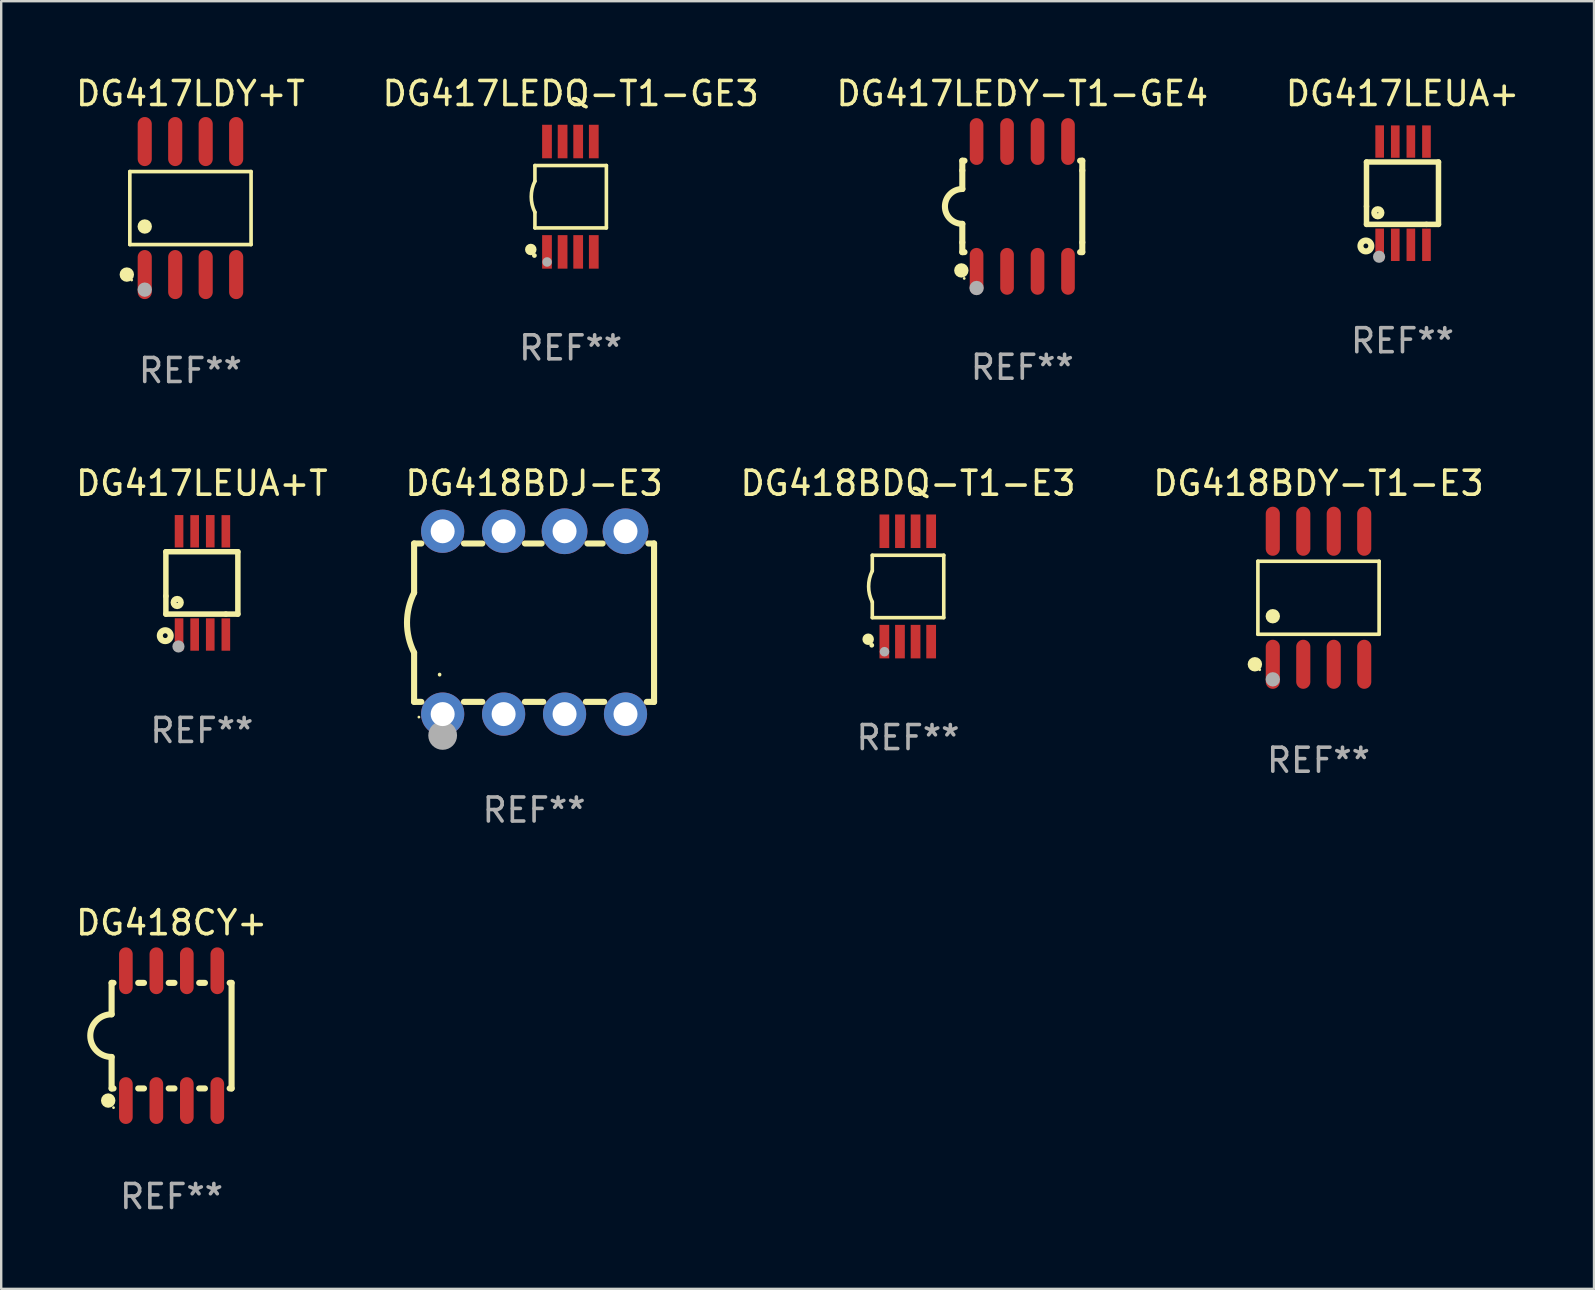
<source format=kicad_pcb>
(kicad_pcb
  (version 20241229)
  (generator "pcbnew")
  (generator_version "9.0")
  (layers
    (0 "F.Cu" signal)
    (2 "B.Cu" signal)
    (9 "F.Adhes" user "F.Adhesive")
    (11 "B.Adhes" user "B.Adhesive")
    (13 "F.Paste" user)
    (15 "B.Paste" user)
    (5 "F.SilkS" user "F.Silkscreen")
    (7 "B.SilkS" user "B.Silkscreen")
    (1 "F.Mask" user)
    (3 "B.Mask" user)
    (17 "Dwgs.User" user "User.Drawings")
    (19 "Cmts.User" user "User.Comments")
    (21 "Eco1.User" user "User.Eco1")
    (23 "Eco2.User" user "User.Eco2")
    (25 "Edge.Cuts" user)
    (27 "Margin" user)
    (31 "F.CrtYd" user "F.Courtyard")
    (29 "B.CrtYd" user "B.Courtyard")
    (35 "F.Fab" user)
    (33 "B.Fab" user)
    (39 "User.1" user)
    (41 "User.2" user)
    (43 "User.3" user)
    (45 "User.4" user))
  (footprint "DG417LEUA+"
    (layer "F.Cu")
    (at 55.399 5)
    (property "Reference" "DG417LEUA+" (at 0 -4.152 0) (layer "F.SilkS") (effects (font (size 1 1) (thickness 0.15))))
    (attr through_hole)
    (fp_line (start -1.5 1.301) (end 1 1.301) (stroke (width 0.229) (type solid)) (layer "F.SilkS"))
    (fp_line (start -1.5 -1.299) (end -1.5 0.551) (stroke (width 0.229) (type solid)) (layer "F.SilkS"))
    (fp_line (start -1.5 0.551) (end -1.5 1.301) (stroke (width 0.229) (type solid)) (layer "F.SilkS"))
    (fp_line (start 1 1.301) (end 1.5 1.301) (stroke (width 0.229) (type solid)) (layer "F.SilkS"))
    (fp_line (start 1.5 1.301) (end 1.5 -1.299) (stroke (width 0.229) (type solid)) (layer "F.SilkS"))
    (fp_line (start 1.5 -1.299) (end -1.5 -1.299) (stroke (width 0.229) (type solid)) (layer "F.SilkS"))
    (fp_circle (center -1.526 2.2) (end -1.426 2.2) (stroke (width 0.254) (type solid)) (fill no) (layer "F.SilkS"))
    (fp_circle (center -1.476 2.45) (end -1.446 2.45) (stroke (width 0.06) (type solid)) (fill no) (layer "F.SilkS"))
    (fp_circle (center -1.028 0.817) (end -0.878 0.817) (stroke (width 0.254) (type solid)) (fill no) (layer "F.SilkS"))
    (fp_circle (center -0.976 2.65) (end -0.849 2.65) (stroke (width 0.254) (type solid)) (fill no) (layer "F.Fab"))
    (fp_text user "REF**" (at 0 6.152 0) (layer "F.Fab") (effects (font (size 1 1) (thickness 0.15))))
    (pad "1" smd rect (at -0.951 2.15) (size 0.36 1.35) (layers "F.Cu" "F.Mask" "F.Paste"))
    (pad "2" smd rect (at -0.301 2.152) (size 0.36 1.35) (layers "F.Cu" "F.Mask" "F.Paste"))
    (pad "3" smd rect (at 0.349 2.151) (size 0.36 1.35) (layers "F.Cu" "F.Mask" "F.Paste"))
    (pad "4" smd rect (at 0.999 2.152) (size 0.36 1.35) (layers "F.Cu" "F.Mask" "F.Paste"))
    (pad "5" smd rect (at 0.999 -2.149) (size 0.36 1.35) (layers "F.Cu" "F.Mask" "F.Paste"))
    (pad "6" smd rect (at 0.349 -2.152) (size 0.36 1.35) (layers "F.Cu" "F.Mask" "F.Paste"))
    (pad "7" smd rect (at -0.301 -2.149) (size 0.36 1.35) (layers "F.Cu" "F.Mask" "F.Paste"))
    (pad "8" smd rect (at -0.951 -2.152) (size 0.36 1.35) (layers "F.Cu" "F.Mask" "F.Paste")))
  (footprint "DG417LDY+T"
    (layer "F.Cu")
    (at 4.887 5.621)
    (property "Reference" "DG417LDY+T" (at 0 -4.772 0) (layer "F.SilkS") (effects (font (size 1 1) (thickness 0.15))))
    (attr through_hole)
    (fp_line (start -2.526 -1.521) (end 2.526 -1.521) (stroke (width 0.152) (type solid)) (layer "F.SilkS"))
    (fp_line (start -2.526 1.521) (end -2.526 -1.521) (stroke (width 0.152) (type solid)) (layer "F.SilkS"))
    (fp_line (start 2.526 -1.521) (end 2.526 1.521) (stroke (width 0.152) (type solid)) (layer "F.SilkS"))
    (fp_line (start 2.526 1.521) (end -2.526 1.521) (stroke (width 0.152) (type solid)) (layer "F.SilkS"))
    (fp_circle (center -2.652 2.772) (end -2.501 2.772) (stroke (width 0.3) (type solid)) (fill no) (layer "F.SilkS"))
    (fp_circle (center -2.45 3) (end -2.42 3) (stroke (width 0.06) (type solid)) (fill no) (layer "F.SilkS"))
    (fp_circle (center -1.905 0.769) (end -1.755 0.769) (stroke (width 0.3) (type solid)) (fill no) (layer "F.SilkS"))
    (fp_circle (center -1.905 3.4) (end -1.755 3.4) (stroke (width 0.3) (type solid)) (fill no) (layer "F.Fab"))
    (fp_text user "REF**" (at 0 6.772 0) (layer "F.Fab") (effects (font (size 1 1) (thickness 0.15))))
    (pad "1" smd oval (at -1.905 2.772) (size 0.588 2.045) (layers "F.Cu" "F.Mask" "F.Paste"))
    (pad "2" smd oval (at -0.635 2.772) (size 0.588 2.045) (layers "F.Cu" "F.Mask" "F.Paste"))
    (pad "3" smd oval (at 0.635 2.772) (size 0.588 2.045) (layers "F.Cu" "F.Mask" "F.Paste"))
    (pad "4" smd oval (at 1.905 2.772) (size 0.588 2.045) (layers "F.Cu" "F.Mask" "F.Paste"))
    (pad "5" smd oval (at 1.905 -2.772) (size 0.588 2.045) (layers "F.Cu" "F.Mask" "F.Paste"))
    (pad "6" smd oval (at 0.635 -2.772) (size 0.588 2.045) (layers "F.Cu" "F.Mask" "F.Paste"))
    (pad "7" smd oval (at -0.635 -2.772) (size 0.588 2.045) (layers "F.Cu" "F.Mask" "F.Paste"))
    (pad "8" smd oval (at -1.905 -2.772) (size 0.588 2.045) (layers "F.Cu" "F.Mask" "F.Paste")))
  (footprint "DG418CY+"
    (layer "F.Cu")
    (at 4.101 40.111)
    (property "Reference" "DG418CY+" (at 0 -4.705 0) (layer "F.SilkS") (effects (font (size 1 1) (thickness 0.15))))
    (attr through_hole)
    (fp_line (start -2.5 -2.2) (end -2.5 -0.889) (stroke (width 0.254) (type solid)) (layer "F.SilkS"))
    (fp_line (start -2.5 2.2) (end -2.5 0.889) (stroke (width 0.254) (type solid)) (layer "F.SilkS"))
    (fp_line (start -2.42 -2.2) (end -2.5 -2.2) (stroke (width 0.254) (type solid)) (layer "F.SilkS"))
    (fp_line (start -2.42 2.2) (end -2.5 2.2) (stroke (width 0.254) (type solid)) (layer "F.SilkS"))
    (fp_line (start -1.15 -2.2) (end -1.39 -2.2) (stroke (width 0.254) (type solid)) (layer "F.SilkS"))
    (fp_line (start -1.15 2.2) (end -1.39 2.2) (stroke (width 0.254) (type solid)) (layer "F.SilkS"))
    (fp_line (start 0.12 -2.2) (end -0.12 -2.2) (stroke (width 0.254) (type solid)) (layer "F.SilkS"))
    (fp_line (start 0.12 2.2) (end -0.12 2.2) (stroke (width 0.254) (type solid)) (layer "F.SilkS"))
    (fp_line (start 1.39 -2.2) (end 1.15 -2.2) (stroke (width 0.254) (type solid)) (layer "F.SilkS"))
    (fp_line (start 1.39 2.2) (end 1.15 2.2) (stroke (width 0.254) (type solid)) (layer "F.SilkS"))
    (fp_line (start 2.5 -2.2) (end 2.42 -2.2) (stroke (width 0.254) (type solid)) (layer "F.SilkS"))
    (fp_line (start 2.5 -2.2) (end 2.5 2.2) (stroke (width 0.254) (type solid)) (layer "F.SilkS"))
    (fp_line (start 2.5 2.2) (end 2.42 2.2) (stroke (width 0.254) (type solid)) (layer "F.SilkS"))
    (fp_arc (start -2.5 0.889002) (mid -3.388367 -0.000318) (end -2.499365 -0.889002) (stroke (width 0.254001) (type solid)) (layer "F.SilkS"))
    (fp_circle (center -2.642 2.705) (end -2.491 2.705) (stroke (width 0.3) (type solid)) (fill no) (layer "F.SilkS"))
    (fp_circle (center -2.42 3) (end -2.39 3) (stroke (width 0.06) (type solid)) (fill no) (layer "F.SilkS"))
    (fp_text user "REF**" (at 0 6.705 0) (layer "F.Fab") (effects (font (size 1 1) (thickness 0.15))))
    (pad "1" smd oval (at -1.905 2.705) (size 0.568 1.95) (layers "F.Cu" "F.Mask" "F.Paste"))
    (pad "2" smd oval (at -0.635 2.705) (size 0.568 1.95) (layers "F.Cu" "F.Mask" "F.Paste"))
    (pad "3" smd oval (at 0.635 2.705) (size 0.568 1.95) (layers "F.Cu" "F.Mask" "F.Paste"))
    (pad "4" smd oval (at 1.905 2.705) (size 0.568 1.95) (layers "F.Cu" "F.Mask" "F.Paste"))
    (pad "5" smd oval (at 1.905 -2.705) (size 0.568 1.95) (layers "F.Cu" "F.Mask" "F.Paste"))
    (pad "6" smd oval (at 0.635 -2.705) (size 0.568 1.95) (layers "F.Cu" "F.Mask" "F.Paste"))
    (pad "7" smd oval (at -0.635 -2.705) (size 0.568 1.95) (layers "F.Cu" "F.Mask" "F.Paste"))
    (pad "8" smd oval (at -1.905 -2.705) (size 0.568 1.95) (layers "F.Cu" "F.Mask" "F.Paste")))
  (footprint "DG417LEUA+T"
    (layer "F.Cu")
    (at 5.363 21.242)
    (property "Reference" "DG417LEUA+T" (at 0 -4.152 0) (layer "F.SilkS") (effects (font (size 1 1) (thickness 0.15))))
    (attr through_hole)
    (fp_line (start -1.5 1.301) (end 1 1.301) (stroke (width 0.229) (type solid)) (layer "F.SilkS"))
    (fp_line (start -1.5 -1.299) (end -1.5 0.551) (stroke (width 0.229) (type solid)) (layer "F.SilkS"))
    (fp_line (start -1.5 0.551) (end -1.5 1.301) (stroke (width 0.229) (type solid)) (layer "F.SilkS"))
    (fp_line (start 1 1.301) (end 1.5 1.301) (stroke (width 0.229) (type solid)) (layer "F.SilkS"))
    (fp_line (start 1.5 1.301) (end 1.5 -1.299) (stroke (width 0.229) (type solid)) (layer "F.SilkS"))
    (fp_line (start 1.5 -1.299) (end -1.5 -1.299) (stroke (width 0.229) (type solid)) (layer "F.SilkS"))
    (fp_circle (center -1.526 2.2) (end -1.426 2.2) (stroke (width 0.254) (type solid)) (fill no) (layer "F.SilkS"))
    (fp_circle (center -1.476 2.45) (end -1.446 2.45) (stroke (width 0.06) (type solid)) (fill no) (layer "F.SilkS"))
    (fp_circle (center -1.028 0.817) (end -0.878 0.817) (stroke (width 0.254) (type solid)) (fill no) (layer "F.SilkS"))
    (fp_circle (center -0.976 2.65) (end -0.849 2.65) (stroke (width 0.254) (type solid)) (fill no) (layer "F.Fab"))
    (fp_text user "REF**" (at 0 6.152 0) (layer "F.Fab") (effects (font (size 1 1) (thickness 0.15))))
    (pad "1" smd rect (at -0.951 2.15) (size 0.36 1.35) (layers "F.Cu" "F.Mask" "F.Paste"))
    (pad "2" smd rect (at -0.301 2.152) (size 0.36 1.35) (layers "F.Cu" "F.Mask" "F.Paste"))
    (pad "3" smd rect (at 0.349 2.151) (size 0.36 1.35) (layers "F.Cu" "F.Mask" "F.Paste"))
    (pad "4" smd rect (at 0.999 2.152) (size 0.36 1.35) (layers "F.Cu" "F.Mask" "F.Paste"))
    (pad "5" smd rect (at 0.999 -2.149) (size 0.36 1.35) (layers "F.Cu" "F.Mask" "F.Paste"))
    (pad "6" smd rect (at 0.349 -2.152) (size 0.36 1.35) (layers "F.Cu" "F.Mask" "F.Paste"))
    (pad "7" smd rect (at -0.301 -2.149) (size 0.36 1.35) (layers "F.Cu" "F.Mask" "F.Paste"))
    (pad "8" smd rect (at -0.951 -2.152) (size 0.36 1.35) (layers "F.Cu" "F.Mask" "F.Paste")))
  (footprint "DG418BDY-T1-E3"
    (layer "F.Cu")
    (at 51.899 21.862)
    (property "Reference" "DG418BDY-T1-E3" (at 0 -4.772 0) (layer "F.SilkS") (effects (font (size 1 1) (thickness 0.15))))
    (attr through_hole)
    (fp_line (start -2.526 -1.521) (end 2.526 -1.521) (stroke (width 0.152) (type solid)) (layer "F.SilkS"))
    (fp_line (start -2.526 1.521) (end -2.526 -1.521) (stroke (width 0.152) (type solid)) (layer "F.SilkS"))
    (fp_line (start 2.526 -1.521) (end 2.526 1.521) (stroke (width 0.152) (type solid)) (layer "F.SilkS"))
    (fp_line (start 2.526 1.521) (end -2.526 1.521) (stroke (width 0.152) (type solid)) (layer "F.SilkS"))
    (fp_circle (center -2.652 2.772) (end -2.501 2.772) (stroke (width 0.3) (type solid)) (fill no) (layer "F.SilkS"))
    (fp_circle (center -2.45 3) (end -2.42 3) (stroke (width 0.06) (type solid)) (fill no) (layer "F.SilkS"))
    (fp_circle (center -1.905 0.769) (end -1.755 0.769) (stroke (width 0.3) (type solid)) (fill no) (layer "F.SilkS"))
    (fp_circle (center -1.905 3.4) (end -1.755 3.4) (stroke (width 0.3) (type solid)) (fill no) (layer "F.Fab"))
    (fp_text user "REF**" (at 0 6.772 0) (layer "F.Fab") (effects (font (size 1 1) (thickness 0.15))))
    (pad "1" smd oval (at -1.905 2.772) (size 0.588 2.045) (layers "F.Cu" "F.Mask" "F.Paste"))
    (pad "2" smd oval (at -0.635 2.772) (size 0.588 2.045) (layers "F.Cu" "F.Mask" "F.Paste"))
    (pad "3" smd oval (at 0.635 2.772) (size 0.588 2.045) (layers "F.Cu" "F.Mask" "F.Paste"))
    (pad "4" smd oval (at 1.905 2.772) (size 0.588 2.045) (layers "F.Cu" "F.Mask" "F.Paste"))
    (pad "5" smd oval (at 1.905 -2.772) (size 0.588 2.045) (layers "F.Cu" "F.Mask" "F.Paste"))
    (pad "6" smd oval (at 0.635 -2.772) (size 0.588 2.045) (layers "F.Cu" "F.Mask" "F.Paste"))
    (pad "7" smd oval (at -0.635 -2.772) (size 0.588 2.045) (layers "F.Cu" "F.Mask" "F.Paste"))
    (pad "8" smd oval (at -1.905 -2.772) (size 0.588 2.045) (layers "F.Cu" "F.Mask" "F.Paste")))
  (footprint "DG417LEDY-T1-GE4"
    (layer "F.Cu")
    (at 39.554 5.553)
    (property "Reference" "DG417LEDY-T1-GE4" (at 0 -4.705 0) (layer "F.SilkS") (effects (font (size 1 1) (thickness 0.15))))
    (attr through_hole)
    (fp_line (start -2.5 -1.905) (end -2.409 -1.905) (stroke (width 0.254) (type solid)) (layer "F.SilkS"))
    (fp_line (start -2.5 -1.5) (end -2.5 -1.905) (stroke (width 0.254) (type solid)) (layer "F.SilkS"))
    (fp_line (start -2.5 -1.5) (end -2.5 -0.726) (stroke (width 0.254) (type solid)) (layer "F.SilkS"))
    (fp_line (start -2.5 1.5) (end -2.5 0.727) (stroke (width 0.254) (type solid)) (layer "F.SilkS"))
    (fp_line (start -2.5 1.5) (end -2.5 1.905) (stroke (width 0.254) (type solid)) (layer "F.SilkS"))
    (fp_line (start -2.5 1.905) (end -2.409 1.905) (stroke (width 0.254) (type solid)) (layer "F.SilkS"))
    (fp_line (start 2.5 -1.905) (end 2.409 -1.905) (stroke (width 0.254) (type solid)) (layer "F.SilkS"))
    (fp_line (start 2.5 -1.5) (end 2.5 -1.905) (stroke (width 0.254) (type solid)) (layer "F.SilkS"))
    (fp_line (start 2.5 -1.5) (end 2.5 1.5) (stroke (width 0.254) (type solid)) (layer "F.SilkS"))
    (fp_line (start 2.5 1.5) (end 2.5 1.905) (stroke (width 0.254) (type solid)) (layer "F.SilkS"))
    (fp_line (start 2.5 1.905) (end 2.409 1.905) (stroke (width 0.254) (type solid)) (layer "F.SilkS"))
    (fp_arc (start -2.5 0.726568) (mid -3.220316 -0.0023) (end -2.495097 -0.726289) (stroke (width 0.254001) (type solid)) (layer "F.SilkS"))
    (fp_circle (center -2.54 2.667) (end -2.39 2.667) (stroke (width 0.3) (type solid)) (fill no) (layer "F.SilkS"))
    (fp_circle (center -2.42 3) (end -2.39 3) (stroke (width 0.06) (type solid)) (fill no) (layer "F.SilkS"))
    (fp_circle (center -1.905 3.4) (end -1.755 3.4) (stroke (width 0.3) (type solid)) (fill no) (layer "F.Fab"))
    (fp_text user "REF**" (at 0 6.705 0) (layer "F.Fab") (effects (font (size 1 1) (thickness 0.15))))
    (pad "1" smd oval (at -1.905 2.705) (size 0.568 1.95) (layers "F.Cu" "F.Mask" "F.Paste"))
    (pad "2" smd oval (at -0.635 2.705) (size 0.568 1.95) (layers "F.Cu" "F.Mask" "F.Paste"))
    (pad "3" smd oval (at 0.635 2.705) (size 0.568 1.95) (layers "F.Cu" "F.Mask" "F.Paste"))
    (pad "4" smd oval (at 1.905 2.705) (size 0.568 1.95) (layers "F.Cu" "F.Mask" "F.Paste"))
    (pad "5" smd oval (at 1.905 -2.705) (size 0.568 1.95) (layers "F.Cu" "F.Mask" "F.Paste"))
    (pad "6" smd oval (at 0.635 -2.705) (size 0.568 1.95) (layers "F.Cu" "F.Mask" "F.Paste"))
    (pad "7" smd oval (at -0.635 -2.705) (size 0.568 1.95) (layers "F.Cu" "F.Mask" "F.Paste"))
    (pad "8" smd oval (at -1.905 -2.705) (size 0.568 1.95) (layers "F.Cu" "F.Mask" "F.Paste")))
  (footprint "DG418BDQ-T1-E3"
    (layer "F.Cu")
    (at 34.792 21.39)
    (property "Reference" "DG418BDQ-T1-E3" (at 0 -4.3 0) (layer "F.SilkS") (effects (font (size 1 1) (thickness 0.15))))
    (attr through_hole)
    (fp_line (start -1.489 -1.3) (end -1.489 -0.648) (stroke (width 0.15) (type solid)) (layer "F.SilkS"))
    (fp_line (start -1.489 0.648) (end -1.489 1.3) (stroke (width 0.15) (type solid)) (layer "F.SilkS"))
    (fp_line (start -1.489 1.3) (end 1.489 1.3) (stroke (width 0.15) (type solid)) (layer "F.SilkS"))
    (fp_line (start 1.489 -1.3) (end -1.489 -1.3) (stroke (width 0.15) (type solid)) (layer "F.SilkS"))
    (fp_line (start 1.489 1.3) (end 1.489 -1.3) (stroke (width 0.15) (type solid)) (layer "F.SilkS"))
    (fp_arc (start -1.489205 0.647702) (mid -1.642107 0) (end -1.489205 -0.647701) (stroke (width 0.150013) (type solid)) (layer "F.SilkS"))
    (fp_circle (center -1.661 2.2) (end -1.541 2.2) (stroke (width 0.24) (type solid)) (fill no) (layer "F.SilkS"))
    (fp_circle (center -1.511 2.45) (end -1.461 2.45) (stroke (width 0.1) (type solid)) (fill no) (layer "F.SilkS"))
    (fp_circle (center -0.981 2.72) (end -0.881 2.72) (stroke (width 0.2) (type solid)) (fill no) (layer "F.Fab"))
    (fp_text user "REF**" (at 0 6.3 0) (layer "F.Fab") (effects (font (size 1 1) (thickness 0.15))))
    (pad "1" smd rect (at -0.986 2.3) (size 0.406 1.397) (layers "F.Cu" "F.Mask" "F.Paste"))
    (pad "2" smd rect (at -0.336 2.3) (size 0.406 1.397) (layers "F.Cu" "F.Mask" "F.Paste"))
    (pad "3" smd rect (at 0.314 2.3) (size 0.406 1.397) (layers "F.Cu" "F.Mask" "F.Paste"))
    (pad "4" smd rect (at 0.964 2.3) (size 0.406 1.397) (layers "F.Cu" "F.Mask" "F.Paste"))
    (pad "5" smd rect (at 0.964 -2.3) (size 0.406 1.397) (layers "F.Cu" "F.Mask" "F.Paste"))
    (pad "6" smd rect (at 0.314 -2.3) (size 0.406 1.397) (layers "F.Cu" "F.Mask" "F.Paste"))
    (pad "7" smd rect (at -0.336 -2.3) (size 0.406 1.397) (layers "F.Cu" "F.Mask" "F.Paste"))
    (pad "8" smd rect (at -0.986 -2.3) (size 0.406 1.397) (layers "F.Cu" "F.Mask" "F.Paste")))
  (footprint "DG418BDJ-E3"
    (layer "F.Cu")
    (at 19.208 22.9)
    (property "Reference" "DG418BDJ-E3" (at 0 -5.81 0) (layer "F.SilkS") (effects (font (size 1 1) (thickness 0.15))))
    (attr through_hole)
    (fp_line (start -5 -3.3) (end -5 -1.25) (stroke (width 0.254) (type solid)) (layer "F.SilkS"))
    (fp_line (start -5 -3.3) (end -4.698 -3.3) (stroke (width 0.254) (type solid)) (layer "F.SilkS"))
    (fp_line (start -5 3.3) (end -5 1.25) (stroke (width 0.254) (type solid)) (layer "F.SilkS"))
    (fp_line (start -5 3.3) (end -4.698 3.3) (stroke (width 0.254) (type solid)) (layer "F.SilkS"))
    (fp_line (start -2.922 -3.3) (end -2.158 -3.3) (stroke (width 0.254) (type solid)) (layer "F.SilkS"))
    (fp_line (start -2.922 3.3) (end -2.158 3.3) (stroke (width 0.254) (type solid)) (layer "F.SilkS"))
    (fp_line (start -0.382 -3.3) (end 0.316 -3.3) (stroke (width 0.254) (type solid)) (layer "F.SilkS"))
    (fp_line (start -0.382 3.3) (end 0.382 3.3) (stroke (width 0.254) (type solid)) (layer "F.SilkS"))
    (fp_line (start 2.158 3.3) (end 2.922 3.3) (stroke (width 0.254) (type solid)) (layer "F.SilkS"))
    (fp_line (start 2.224 -3.3) (end 2.856 -3.3) (stroke (width 0.254) (type solid)) (layer "F.SilkS"))
    (fp_line (start 4.698 3.3) (end 5 3.3) (stroke (width 0.254) (type solid)) (layer "F.SilkS"))
    (fp_line (start 4.764 -3.3) (end 5 -3.3) (stroke (width 0.254) (type solid)) (layer "F.SilkS"))
    (fp_line (start 5 -3.3) (end 5 3.3) (stroke (width 0.254) (type solid)) (layer "F.SilkS"))
    (fp_arc (start -5.00127 1.249682) (mid -5.295892 -0.000313) (end -5.000025 -1.250013) (stroke (width 0.254001) (type solid)) (layer "F.SilkS"))
    (fp_arc (start -3.937262 2.170256) (mid -3.937197 2.164629) (end -3.937008 2.159004) (stroke (width 0.149987) (type solid)) (layer "F.SilkS"))
    (fp_circle (center -4.8 3.935) (end -4.77 3.935) (stroke (width 0.06) (type solid)) (fill no) (layer "F.SilkS"))
    (fp_circle (center -3.81 4.699) (end -3.51 4.699) (stroke (width 0.6) (type solid)) (fill no) (layer "F.Fab"))
    (fp_text user "REF**" (at 0 7.81 0) (layer "F.Fab") (effects (font (size 1 1) (thickness 0.15))))
    (pad "1" thru_hole circle (at -3.81 3.81) (size 1.8 1.8) (drill 1) (layers "*.Cu" "*.Mask"))
    (pad "2" thru_hole circle (at -1.27 3.81) (size 1.8 1.8) (drill 1) (layers "*.Cu" "*.Mask"))
    (pad "3" thru_hole circle (at 1.27 3.81) (size 1.8 1.8) (drill 1) (layers "*.Cu" "*.Mask"))
    (pad "4" thru_hole circle (at 3.81 3.81) (size 1.8 1.8) (drill 1) (layers "*.Cu" "*.Mask"))
    (pad "5" thru_hole circle (at 3.81 -3.81) (size 1.905 1.905) (drill 1) (layers "*.Cu" "*.Mask"))
    (pad "6" thru_hole circle (at 1.27 -3.81) (size 1.905 1.905) (drill 1) (layers "*.Cu" "*.Mask"))
    (pad "7" thru_hole circle (at -1.27 -3.81) (size 1.8 1.8) (drill 1) (layers "*.Cu" "*.Mask"))
    (pad "8" thru_hole circle (at -3.81 -3.81) (size 1.8 1.8) (drill 1) (layers "*.Cu" "*.Mask")))
  (footprint "DG417LEDQ-T1-GE3"
    (layer "F.Cu")
    (at 20.732 5.148)
    (property "Reference" "DG417LEDQ-T1-GE3" (at 0 -4.3 0) (layer "F.SilkS") (effects (font (size 1 1) (thickness 0.15))))
    (attr through_hole)
    (fp_line (start -1.489 -1.3) (end -1.489 -0.648) (stroke (width 0.15) (type solid)) (layer "F.SilkS"))
    (fp_line (start -1.489 0.648) (end -1.489 1.3) (stroke (width 0.15) (type solid)) (layer "F.SilkS"))
    (fp_line (start -1.489 1.3) (end 1.489 1.3) (stroke (width 0.15) (type solid)) (layer "F.SilkS"))
    (fp_line (start 1.489 -1.3) (end -1.489 -1.3) (stroke (width 0.15) (type solid)) (layer "F.SilkS"))
    (fp_line (start 1.489 1.3) (end 1.489 -1.3) (stroke (width 0.15) (type solid)) (layer "F.SilkS"))
    (fp_arc (start -1.489205 0.647702) (mid -1.642107 0) (end -1.489205 -0.647701) (stroke (width 0.150013) (type solid)) (layer "F.SilkS"))
    (fp_circle (center -1.661 2.2) (end -1.541 2.2) (stroke (width 0.24) (type solid)) (fill no) (layer "F.SilkS"))
    (fp_circle (center -1.511 2.45) (end -1.461 2.45) (stroke (width 0.1) (type solid)) (fill no) (layer "F.SilkS"))
    (fp_circle (center -0.981 2.72) (end -0.881 2.72) (stroke (width 0.2) (type solid)) (fill no) (layer "F.Fab"))
    (fp_text user "REF**" (at 0 6.3 0) (layer "F.Fab") (effects (font (size 1 1) (thickness 0.15))))
    (pad "1" smd rect (at -0.986 2.3) (size 0.406 1.397) (layers "F.Cu" "F.Mask" "F.Paste"))
    (pad "2" smd rect (at -0.336 2.3) (size 0.406 1.397) (layers "F.Cu" "F.Mask" "F.Paste"))
    (pad "3" smd rect (at 0.314 2.3) (size 0.406 1.397) (layers "F.Cu" "F.Mask" "F.Paste"))
    (pad "4" smd rect (at 0.964 2.3) (size 0.406 1.397) (layers "F.Cu" "F.Mask" "F.Paste"))
    (pad "5" smd rect (at 0.964 -2.3) (size 0.406 1.397) (layers "F.Cu" "F.Mask" "F.Paste"))
    (pad "6" smd rect (at 0.314 -2.3) (size 0.406 1.397) (layers "F.Cu" "F.Mask" "F.Paste"))
    (pad "7" smd rect (at -0.336 -2.3) (size 0.406 1.397) (layers "F.Cu" "F.Mask" "F.Paste"))
    (pad "8" smd rect (at -0.986 -2.3) (size 0.406 1.397) (layers "F.Cu" "F.Mask" "F.Paste")))
  (gr_rect
    (start -3 -3)
    (end 63.381 50.665)
    (stroke (width 0.1) (type default))
    (fill no)
    (layer "Edge.Cuts")))
</source>
